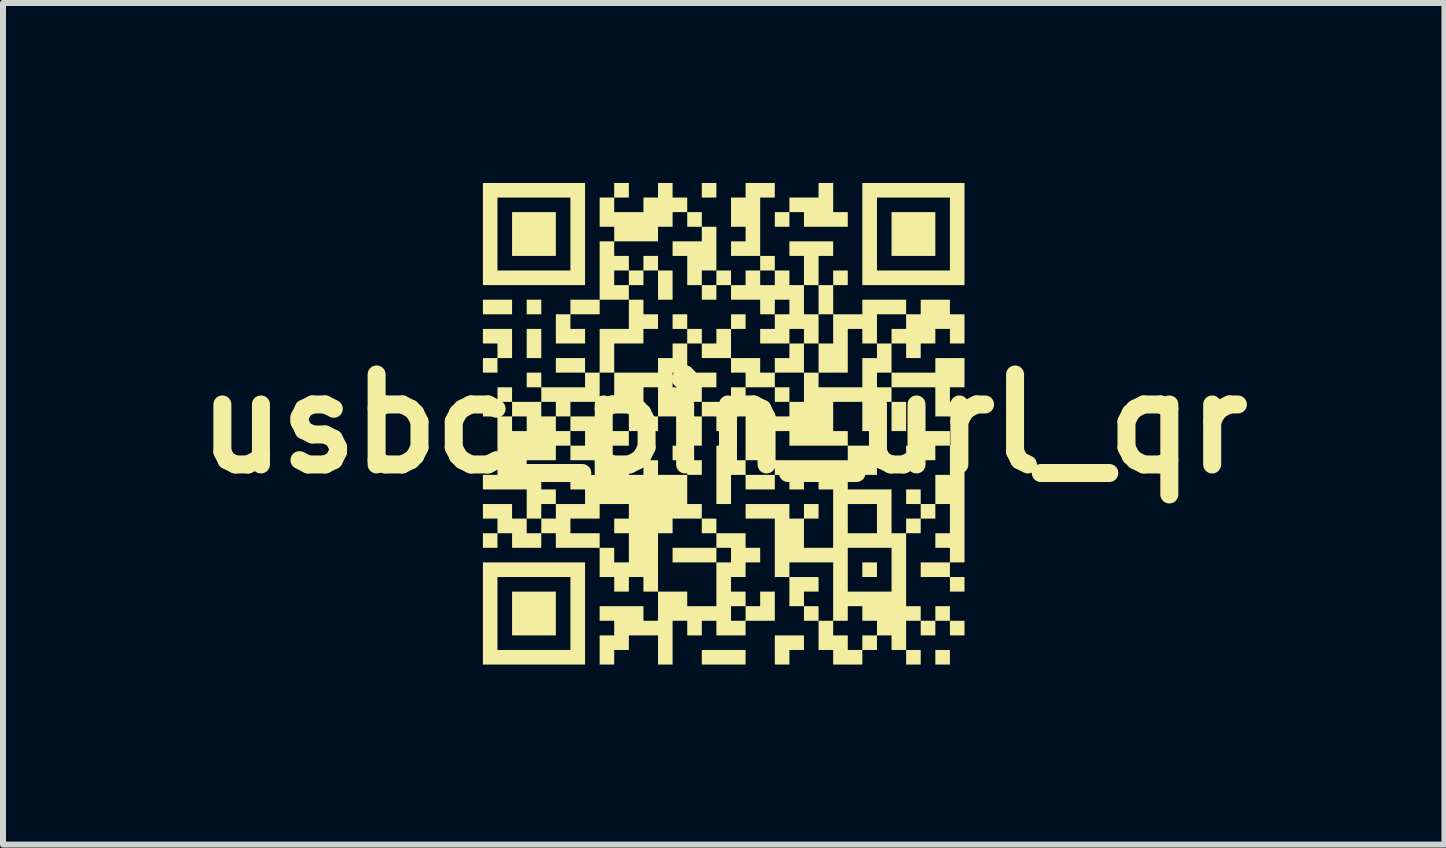
<source format=kicad_pcb>
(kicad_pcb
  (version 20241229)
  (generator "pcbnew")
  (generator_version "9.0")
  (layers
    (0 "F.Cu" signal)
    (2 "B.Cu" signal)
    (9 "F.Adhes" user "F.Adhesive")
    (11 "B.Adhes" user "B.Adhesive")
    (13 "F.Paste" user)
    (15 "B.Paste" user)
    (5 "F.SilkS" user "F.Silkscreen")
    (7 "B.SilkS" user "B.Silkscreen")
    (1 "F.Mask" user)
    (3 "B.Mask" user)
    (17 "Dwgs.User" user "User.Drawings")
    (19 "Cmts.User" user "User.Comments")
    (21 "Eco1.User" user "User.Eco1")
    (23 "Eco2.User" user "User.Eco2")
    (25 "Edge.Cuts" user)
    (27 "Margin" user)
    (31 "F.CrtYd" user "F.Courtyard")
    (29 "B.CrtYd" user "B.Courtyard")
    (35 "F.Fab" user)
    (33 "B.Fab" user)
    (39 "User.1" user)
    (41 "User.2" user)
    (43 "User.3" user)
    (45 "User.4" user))
  (footprint "usbc_pin_url_qr"
    (layer "F.Cu")
    (at 9.014 4.014)
    (property "Reference" "usbc_pin_url_qr" (at 0 0 0) (layer "F.SilkS") (effects (font (size 1.5 1.5) (thickness 0.3))))
    (attr board_only exclude_from_pos_files exclude_from_bom)
    (fp_poly (pts (xy -3.528 -1.946) (xy -3.528 -1.825) (xy -3.771 -1.825) (xy -4.014 -1.825) (xy -4.014 -1.946) (xy -4.014 -2.068) (xy -3.771 -2.068) (xy -3.528 -2.068)) (stroke (width 0) (type solid)) (fill yes) (layer "F.SilkS"))
    (fp_poly (pts (xy -3.041 -1.946) (xy -3.041 -1.825) (xy -3.163 -1.825) (xy -3.284 -1.825) (xy -3.284 -1.946) (xy -3.284 -2.068) (xy -3.163 -2.068) (xy -3.041 -2.068)) (stroke (width 0) (type solid)) (fill yes) (layer "F.SilkS"))
    (fp_poly (pts (xy -3.041 -1.338) (xy -3.041 -1.095) (xy -3.163 -1.095) (xy -3.284 -1.095) (xy -3.284 -1.338) (xy -3.284 -1.581) (xy -3.163 -1.581) (xy -3.041 -1.581)) (stroke (width 0) (type solid)) (fill yes) (layer "F.SilkS"))
    (fp_poly (pts (xy -2.798 -3.163) (xy -2.798 -2.798) (xy -3.163 -2.798) (xy -3.528 -2.798) (xy -3.528 -3.163) (xy -3.528 -3.528) (xy -3.163 -3.528) (xy -2.798 -3.528)) (stroke (width 0) (type solid)) (fill yes) (layer "F.SilkS"))
    (fp_poly (pts (xy -2.798 3.163) (xy -2.798 3.528) (xy -3.163 3.528) (xy -3.528 3.528) (xy -3.528 3.163) (xy -3.528 2.798) (xy -3.163 2.798) (xy -2.798 2.798)) (stroke (width 0) (type solid)) (fill yes) (layer "F.SilkS"))
    (fp_poly (pts (xy -0.852 -2.311) (xy -0.852 -2.068) (xy -0.973 -2.068) (xy -1.095 -2.068) (xy -1.095 -2.311) (xy -1.095 -2.555) (xy -0.973 -2.555) (xy -0.852 -2.555)) (stroke (width 0) (type solid)) (fill yes) (layer "F.SilkS"))
    (fp_poly (pts (xy -0.608 -1.703) (xy -0.608 -1.581) (xy -0.73 -1.581) (xy -0.852 -1.581) (xy -0.852 -1.703) (xy -0.852 -1.825) (xy -0.73 -1.825) (xy -0.608 -1.825)) (stroke (width 0) (type solid)) (fill yes) (layer "F.SilkS"))
    (fp_poly (pts (xy -0.365 -3.406) (xy -0.365 -3.284) (xy -0.487 -3.284) (xy -0.608 -3.284) (xy -0.608 -3.406) (xy -0.608 -3.528) (xy -0.487 -3.528) (xy -0.365 -3.528)) (stroke (width 0) (type solid)) (fill yes) (layer "F.SilkS"))
    (fp_poly (pts (xy -0.122 -3.893) (xy -0.122 -3.771) (xy -0.243 -3.771) (xy -0.365 -3.771) (xy -0.365 -3.893) (xy -0.365 -4.014) (xy -0.243 -4.014) (xy -0.122 -4.014)) (stroke (width 0) (type solid)) (fill yes) (layer "F.SilkS"))
    (fp_poly (pts (xy -0.122 -2.19) (xy -0.122 -2.068) (xy -0.243 -2.068) (xy -0.365 -2.068) (xy -0.365 -2.19) (xy -0.365 -2.311) (xy -0.243 -2.311) (xy -0.122 -2.311)) (stroke (width 0) (type solid)) (fill yes) (layer "F.SilkS"))
    (fp_poly (pts (xy -0.122 1.703) (xy -0.122 1.825) (xy -0.243 1.825) (xy -0.365 1.825) (xy -0.365 1.703) (xy -0.365 1.581) (xy -0.243 1.581) (xy -0.122 1.581)) (stroke (width 0) (type solid)) (fill yes) (layer "F.SilkS"))
    (fp_poly (pts (xy -0.122 2.19) (xy -0.122 2.311) (xy -0.487 2.311) (xy -0.852 2.311) (xy -0.852 2.19) (xy -0.852 2.068) (xy -0.487 2.068) (xy -0.122 2.068)) (stroke (width 0) (type solid)) (fill yes) (layer "F.SilkS"))
    (fp_poly (pts (xy 0.365 3.893) (xy 0.365 4.014) (xy 0 4.014) (xy -0.365 4.014) (xy -0.365 3.893) (xy -0.365 3.771) (xy 0 3.771) (xy 0.365 3.771)) (stroke (width 0) (type solid)) (fill yes) (layer "F.SilkS"))
    (fp_poly (pts (xy 1.095 -0.487) (xy 1.095 -0.365) (xy 0.973 -0.365) (xy 0.852 -0.365) (xy 0.852 -0.487) (xy 0.852 -0.608) (xy 0.973 -0.608) (xy 1.095 -0.608)) (stroke (width 0) (type solid)) (fill yes) (layer "F.SilkS"))
    (fp_poly (pts (xy 1.581 3.163) (xy 1.581 3.284) (xy 1.46 3.284) (xy 1.338 3.284) (xy 1.338 3.163) (xy 1.338 3.041) (xy 1.46 3.041) (xy 1.581 3.041)) (stroke (width 0) (type solid)) (fill yes) (layer "F.SilkS"))
    (fp_poly (pts (xy 2.555 2.433) (xy 2.555 2.555) (xy 2.433 2.555) (xy 2.311 2.555) (xy 2.311 2.433) (xy 2.311 2.311) (xy 2.433 2.311) (xy 2.555 2.311)) (stroke (width 0) (type solid)) (fill yes) (layer "F.SilkS"))
    (fp_poly (pts (xy 3.041 -0.122) (xy 3.041 0.122) (xy 2.92 0.122) (xy 2.798 0.122) (xy 2.798 -0.122) (xy 2.798 -0.365) (xy 2.92 -0.365) (xy 3.041 -0.365)) (stroke (width 0) (type solid)) (fill yes) (layer "F.SilkS"))
    (fp_poly (pts (xy 3.284 3.893) (xy 3.284 4.014) (xy 3.163 4.014) (xy 3.041 4.014) (xy 3.041 3.893) (xy 3.041 3.771) (xy 3.163 3.771) (xy 3.284 3.771)) (stroke (width 0) (type solid)) (fill yes) (layer "F.SilkS"))
    (fp_poly (pts (xy 3.528 -3.163) (xy 3.528 -2.798) (xy 3.163 -2.798) (xy 2.798 -2.798) (xy 2.798 -3.163) (xy 2.798 -3.528) (xy 3.163 -3.528) (xy 3.528 -3.528)) (stroke (width 0) (type solid)) (fill yes) (layer "F.SilkS"))
    (fp_poly (pts (xy 3.771 3.893) (xy 3.771 4.014) (xy 3.649 4.014) (xy 3.528 4.014) (xy 3.528 3.893) (xy 3.528 3.771) (xy 3.649 3.771) (xy 3.771 3.771)) (stroke (width 0) (type solid)) (fill yes) (layer "F.SilkS"))
    (fp_poly (pts (xy 4.014 2.676) (xy 4.014 2.798) (xy 3.893 2.798) (xy 3.771 2.798) (xy 3.771 2.676) (xy 3.771 2.555) (xy 3.893 2.555) (xy 4.014 2.555)) (stroke (width 0) (type solid)) (fill yes) (layer "F.SilkS"))
    (fp_poly (pts (xy 4.014 3.406) (xy 4.014 3.528) (xy 3.893 3.528) (xy 3.771 3.528) (xy 3.771 3.406) (xy 3.771 3.284) (xy 3.893 3.284) (xy 4.014 3.284)) (stroke (width 0) (type solid)) (fill yes) (layer "F.SilkS"))
    (fp_poly (pts (xy 1.338 3.649) (xy 1.338 3.771) (xy 1.216 3.771) (xy 1.095 3.771) (xy 1.095 3.893) (xy 1.095 4.014) (xy 0.973 4.014) (xy 0.852 4.014) (xy 0.852 3.771) (xy 0.852 3.528) (xy 1.095 3.528) (xy 1.338 3.528)) (stroke (width 0) (type solid)) (fill yes) (layer "F.SilkS"))
    (fp_poly (pts (xy 1.581 2.676) (xy 1.581 2.798) (xy 1.46 2.798) (xy 1.338 2.798) (xy 1.338 2.92) (xy 1.338 3.041) (xy 1.216 3.041) (xy 1.095 3.041) (xy 1.095 2.798) (xy 1.095 2.555) (xy 1.338 2.555) (xy 1.581 2.555)) (stroke (width 0) (type solid)) (fill yes) (layer "F.SilkS"))
    (fp_poly (pts (xy -1.095 -2.676) (xy -1.095 -2.555) (xy -1.216 -2.555) (xy -1.338 -2.555) (xy -1.338 -2.433) (xy -1.338 -2.311) (xy -1.46 -2.311) (xy -1.581 -2.311) (xy -1.581 -2.433) (xy -1.581 -2.555) (xy -1.46 -2.555) (xy -1.338 -2.555) (xy -1.338 -2.676) (xy -1.338 -2.798) (xy -1.216 -2.798) (xy -1.095 -2.798)) (stroke (width 0) (type solid)) (fill yes) (layer "F.SilkS"))
    (fp_poly (pts (xy 3.771 0.243) (xy 3.771 0.365) (xy 3.649 0.365) (xy 3.528 0.365) (xy 3.528 0.487) (xy 3.528 0.608) (xy 3.284 0.608) (xy 3.041 0.608) (xy 3.041 0.487) (xy 3.041 0.365) (xy 3.163 0.365) (xy 3.284 0.365) (xy 3.284 0.243) (xy 3.284 0.122) (xy 3.528 0.122) (xy 3.771 0.122)) (stroke (width 0) (type solid)) (fill yes) (layer "F.SilkS"))
    (fp_poly (pts (xy -2.311 -3.163) (xy -2.311 -2.311) (xy -3.163 -2.311) (xy -4.014 -2.311) (xy -4.014 -3.163) (xy -4.014 -3.771) (xy -3.771 -3.771) (xy -3.771 -3.163) (xy -3.771 -2.555) (xy -3.163 -2.555) (xy -2.555 -2.555) (xy -2.555 -3.163) (xy -2.555 -3.771) (xy -3.163 -3.771) (xy -3.771 -3.771) (xy -4.014 -3.771) (xy -4.014 -4.014) (xy -3.163 -4.014) (xy -2.311 -4.014)) (stroke (width 0) (type solid)) (fill yes) (layer "F.SilkS"))
    (fp_poly (pts (xy -2.311 3.163) (xy -2.311 4.014) (xy -3.163 4.014) (xy -4.014 4.014) (xy -4.014 3.163) (xy -4.014 2.555) (xy -3.771 2.555) (xy -3.771 3.163) (xy -3.771 3.771) (xy -3.163 3.771) (xy -2.555 3.771) (xy -2.555 3.163) (xy -2.555 2.555) (xy -3.163 2.555) (xy -3.771 2.555) (xy -4.014 2.555) (xy -4.014 2.311) (xy -3.163 2.311) (xy -2.311 2.311)) (stroke (width 0) (type solid)) (fill yes) (layer "F.SilkS"))
    (fp_poly (pts (xy 4.014 -3.163) (xy 4.014 -2.311) (xy 3.163 -2.311) (xy 2.311 -2.311) (xy 2.311 -3.163) (xy 2.311 -3.771) (xy 2.555 -3.771) (xy 2.555 -3.163) (xy 2.555 -2.555) (xy 3.163 -2.555) (xy 3.771 -2.555) (xy 3.771 -3.163) (xy 3.771 -3.771) (xy 3.163 -3.771) (xy 2.555 -3.771) (xy 2.311 -3.771) (xy 2.311 -4.014) (xy 3.163 -4.014) (xy 4.014 -4.014)) (stroke (width 0) (type solid)) (fill yes) (layer "F.SilkS"))
    (fp_poly (pts (xy -3.528 -1.338) (xy -3.528 -1.095) (xy -3.649 -1.095) (xy -3.771 -1.095) (xy -3.771 -0.973) (xy -3.771 -0.852) (xy -3.893 -0.852) (xy -4.014 -0.852) (xy -4.014 -0.973) (xy -4.014 -1.095) (xy -3.893 -1.095) (xy -3.771 -1.095) (xy -3.771 -1.216) (xy -3.771 -1.338) (xy -3.893 -1.338) (xy -4.014 -1.338) (xy -4.014 -1.46) (xy -4.014 -1.581) (xy -3.771 -1.581) (xy -3.528 -1.581)) (stroke (width 0) (type solid)) (fill yes) (layer "F.SilkS"))
    (fp_poly (pts (xy -0.122 -2.92) (xy -0.122 -2.555) (xy -0.243 -2.555) (xy -0.365 -2.555) (xy -0.365 -2.433) (xy -0.365 -2.311) (xy -0.487 -2.311) (xy -0.608 -2.311) (xy -0.608 -2.555) (xy -0.608 -2.798) (xy -0.73 -2.798) (xy -0.852 -2.798) (xy -0.852 -2.92) (xy -0.852 -3.041) (xy -0.608 -3.041) (xy -0.365 -3.041) (xy -0.365 -3.163) (xy -0.365 -3.284) (xy -0.243 -3.284) (xy -0.122 -3.284)) (stroke (width 0) (type solid)) (fill yes) (layer "F.SilkS"))
    (fp_poly (pts (xy 0.852 -3.893) (xy 0.852 -3.771) (xy 0.73 -3.771) (xy 0.608 -3.771) (xy 0.608 -3.284) (xy 0.608 -2.798) (xy 0.365 -2.798) (xy 0.122 -2.798) (xy 0.122 -2.92) (xy 0.122 -3.041) (xy 0.243 -3.041) (xy 0.365 -3.041) (xy 0.365 -3.163) (xy 0.365 -3.284) (xy 0.243 -3.284) (xy 0.122 -3.284) (xy 0.122 -3.528) (xy 0.122 -3.771) (xy 0.243 -3.771) (xy 0.365 -3.771) (xy 0.365 -3.893) (xy 0.365 -4.014) (xy 0.608 -4.014) (xy 0.852 -4.014)) (stroke (width 0) (type solid)) (fill yes) (layer "F.SilkS"))
    (fp_poly (pts (xy 1.338 -1.095) (xy 1.338 -0.852) (xy 1.095 -0.852) (xy 0.852 -0.852) (xy 0.852 -0.73) (xy 0.852 -0.608) (xy 0.608 -0.608) (xy 0.365 -0.608) (xy 0.365 -0.73) (xy 0.365 -0.852) (xy 0.243 -0.852) (xy 0.122 -0.852) (xy 0.122 -0.973) (xy 0.122 -1.095) (xy 0.365 -1.095) (xy 0.608 -1.095) (xy 0.608 -0.973) (xy 0.608 -0.852) (xy 0.73 -0.852) (xy 0.852 -0.852) (xy 0.852 -0.973) (xy 0.852 -1.095) (xy 0.973 -1.095) (xy 1.095 -1.095) (xy 1.095 -1.216) (xy 1.095 -1.338) (xy 1.216 -1.338) (xy 1.338 -1.338)) (stroke (width 0) (type solid)) (fill yes) (layer "F.SilkS"))
    (fp_poly (pts (xy 1.825 -3.771) (xy 1.825 -3.528) (xy 1.946 -3.528) (xy 2.068 -3.528) (xy 2.068 -3.406) (xy 2.068 -3.284) (xy 1.703 -3.284) (xy 1.338 -3.284) (xy 1.338 -3.406) (xy 1.338 -3.528) (xy 1.216 -3.528) (xy 1.095 -3.528) (xy 1.095 -3.406) (xy 1.095 -3.284) (xy 0.973 -3.284) (xy 0.852 -3.284) (xy 0.852 -3.406) (xy 0.852 -3.528) (xy 0.973 -3.528) (xy 1.095 -3.528) (xy 1.095 -3.649) (xy 1.095 -3.771) (xy 1.338 -3.771) (xy 1.581 -3.771) (xy 1.581 -3.893) (xy 1.581 -4.014) (xy 1.703 -4.014) (xy 1.825 -4.014)) (stroke (width 0) (type solid)) (fill yes) (layer "F.SilkS"))
    (fp_poly (pts (xy -1.581 -3.893) (xy -1.581 -3.771) (xy -1.703 -3.771) (xy -1.825 -3.771) (xy -1.825 -3.649) (xy -1.825 -3.528) (xy -1.581 -3.528) (xy -1.338 -3.528) (xy -1.338 -3.649) (xy -1.338 -3.771) (xy -1.216 -3.771) (xy -1.095 -3.771) (xy -1.095 -3.893) (xy -1.095 -4.014) (xy -0.973 -4.014) (xy -0.852 -4.014) (xy -0.852 -3.893) (xy -0.852 -3.771) (xy -0.73 -3.771) (xy -0.608 -3.771) (xy -0.608 -3.649) (xy -0.608 -3.528) (xy -0.73 -3.528) (xy -0.852 -3.528) (xy -0.852 -3.406) (xy -0.852 -3.284) (xy -0.973 -3.284) (xy -1.095 -3.284) (xy -1.095 -3.163) (xy -1.095 -3.041) (xy -1.46 -3.041) (xy -1.825 -3.041) (xy -1.825 -2.92) (xy -1.825 -2.798) (xy -1.703 -2.798) (xy -1.581 -2.798) (xy -1.581 -2.676) (xy -1.581 -2.555) (xy -1.703 -2.555) (xy -1.825 -2.555) (xy -1.825 -2.433) (xy -1.825 -2.311) (xy -1.703 -2.311) (xy -1.581 -2.311) (xy -1.581 -2.19) (xy -1.581 -2.068) (xy -1.825 -2.068) (xy -2.068 -2.068) (xy -2.068 -1.946) (xy -2.068 -1.825) (xy -2.311 -1.825) (xy -2.555 -1.825) (xy -2.555 -1.703) (xy -2.555 -1.581) (xy -2.433 -1.581) (xy -2.311 -1.581) (xy -2.311 -1.46) (xy -2.311 -1.338) (xy -2.555 -1.338) (xy -2.798 -1.338) (xy -2.798 -1.581) (xy -2.798 -1.825) (xy -2.676 -1.825) (xy -2.555 -1.825) (xy -2.555 -1.946) (xy -2.555 -2.068) (xy -2.311 -2.068) (xy -2.068 -2.068) (xy -2.068 -2.555) (xy -2.068 -3.041) (xy -1.946 -3.041) (xy -1.825 -3.041) (xy -1.825 -3.163) (xy -1.825 -3.284) (xy -1.946 -3.284) (xy -2.068 -3.284) (xy -2.068 -3.528) (xy -2.068 -3.771) (xy -1.946 -3.771) (xy -1.825 -3.771) (xy -1.825 -3.893) (xy -1.825 -4.014) (xy -1.703 -4.014) (xy -1.581 -4.014)) (stroke (width 0) (type solid)) (fill yes) (layer "F.SilkS"))
    (fp_poly (pts (xy 0.365 -1.703) (xy 0.365 -1.581) (xy 0.243 -1.581) (xy 0.122 -1.581) (xy 0.122 -1.338) (xy 0.122 -1.095) (xy -0.122 -1.095) (xy -0.365 -1.095) (xy -0.365 -1.216) (xy -0.365 -1.338) (xy -0.487 -1.338) (xy -0.608 -1.338) (xy -0.608 -1.095) (xy -0.608 -0.852) (xy -0.73 -0.852) (xy -0.852 -0.852) (xy -0.852 -0.73) (xy -0.852 -0.608) (xy -0.73 -0.608) (xy -0.608 -0.608) (xy -0.608 -0.73) (xy -0.608 -0.852) (xy -0.365 -0.852) (xy -0.122 -0.852) (xy -0.122 -0.73) (xy -0.122 -0.608) (xy -0.243 -0.608) (xy -0.365 -0.608) (xy -0.365 -0.487) (xy -0.365 -0.365) (xy -0.487 -0.365) (xy -0.608 -0.365) (xy -0.608 -0.243) (xy -0.608 -0.122) (xy -0.852 -0.122) (xy -1.095 -0.122) (xy -1.095 0) (xy -1.095 0.122) (xy -1.338 0.122) (xy -1.581 0.122) (xy -1.581 0.243) (xy -1.581 0.365) (xy -1.825 0.365) (xy -2.068 0.365) (xy -2.068 0.487) (xy -2.068 0.608) (xy -2.311 0.608) (xy -2.555 0.608) (xy -2.555 0.487) (xy -2.555 0.365) (xy -2.433 0.365) (xy -2.311 0.365) (xy -2.311 0.243) (xy -2.311 0.122) (xy -2.433 0.122) (xy -2.555 0.122) (xy -2.555 0) (xy -2.555 -0.122) (xy -2.311 -0.122) (xy -2.068 -0.122) (xy -2.068 0) (xy -2.068 0.122) (xy -1.825 0.122) (xy -1.581 0.122) (xy -1.581 -0.122) (xy -1.581 -0.365) (xy -1.703 -0.365) (xy -1.825 -0.365) (xy -1.825 -0.608) (xy -1.338 -0.608) (xy -1.338 -0.365) (xy -1.338 -0.122) (xy -1.216 -0.122) (xy -1.095 -0.122) (xy -1.095 -0.365) (xy -1.095 -0.608) (xy -1.216 -0.608) (xy -1.338 -0.608) (xy -1.825 -0.608) (xy -1.825 -0.852) (xy -1.46 -0.852) (xy -1.095 -0.852) (xy -1.095 -0.973) (xy -1.095 -1.095) (xy -0.973 -1.095) (xy -0.852 -1.095) (xy -0.852 -1.216) (xy -0.852 -1.338) (xy -0.73 -1.338) (xy -0.608 -1.338) (xy -0.608 -1.46) (xy -0.608 -1.581) (xy -0.487 -1.581) (xy -0.365 -1.581) (xy -0.365 -1.46) (xy -0.365 -1.338) (xy -0.243 -1.338) (xy -0.122 -1.338) (xy -0.122 -1.46) (xy -0.122 -1.581) (xy 0 -1.581) (xy 0.122 -1.581) (xy 0.122 -1.703) (xy 0.122 -1.825) (xy 0.243 -1.825) (xy 0.365 -1.825)) (stroke (width 0) (type solid)) (fill yes) (layer "F.SilkS"))
    (fp_poly (pts (xy 0.365 1.946) (xy 0.365 2.068) (xy 0.487 2.068) (xy 0.608 2.068) (xy 0.608 2.19) (xy 0.608 2.311) (xy 0.487 2.311) (xy 0.365 2.311) (xy 0.365 2.433) (xy 0.365 2.555) (xy 0.243 2.555) (xy 0.122 2.555) (xy 0.122 2.676) (xy 0.122 2.798) (xy 0.243 2.798) (xy 0.365 2.798) (xy 0.365 2.92) (xy 0.365 3.041) (xy 0.487 3.041) (xy 0.608 3.041) (xy 0.608 2.92) (xy 0.608 2.798) (xy 0.73 2.798) (xy 0.852 2.798) (xy 0.852 3.041) (xy 0.852 3.284) (xy 0.608 3.284) (xy 0.365 3.284) (xy 0.365 3.406) (xy 0.365 3.528) (xy 0.122 3.528) (xy -0.122 3.528) (xy -0.122 3.406) (xy -0.122 3.284) (xy -0.243 3.284) (xy -0.365 3.284) (xy -0.365 3.406) (xy -0.365 3.528) (xy -0.487 3.528) (xy -0.608 3.528) (xy -0.608 3.406) (xy -0.608 3.284) (xy -0.73 3.284) (xy -0.852 3.284) (xy -0.852 3.649) (xy -0.852 4.014) (xy -0.973 4.014) (xy -1.095 4.014) (xy -1.095 3.771) (xy -1.095 3.528) (xy -1.338 3.528) (xy -1.581 3.528) (xy -1.581 3.649) (xy -1.581 3.771) (xy -1.703 3.771) (xy -1.825 3.771) (xy -1.825 3.893) (xy -1.825 4.014) (xy -1.946 4.014) (xy -2.068 4.014) (xy -2.068 3.771) (xy -2.068 3.528) (xy -1.946 3.528) (xy -1.825 3.528) (xy -1.825 3.406) (xy -1.825 3.284) (xy -1.946 3.284) (xy -2.068 3.284) (xy -2.068 3.163) (xy -2.068 3.041) (xy -1.703 3.041) (xy -1.338 3.041) (xy -1.338 3.163) (xy -1.338 3.284) (xy -1.216 3.284) (xy -1.095 3.284) (xy -1.095 3.041) (xy -1.095 2.798) (xy -0.852 2.798) (xy -0.608 2.798) (xy -0.608 2.92) (xy -0.608 3.041) (xy -0.365 3.041) (xy -0.122 3.041) (xy 0.122 3.041) (xy 0.122 3.163) (xy 0.122 3.284) (xy 0.243 3.284) (xy 0.365 3.284) (xy 0.365 3.163) (xy 0.365 3.041) (xy 0.243 3.041) (xy 0.122 3.041) (xy -0.122 3.041) (xy -0.122 2.676) (xy -0.122 2.311) (xy 0 2.311) (xy 0.122 2.311) (xy 0.122 2.19) (xy 0.122 2.068) (xy 0 2.068) (xy -0.122 2.068) (xy -0.122 1.946) (xy -0.122 1.825) (xy 0.122 1.825) (xy 0.365 1.825)) (stroke (width 0) (type solid)) (fill yes) (layer "F.SilkS"))
    (fp_poly (pts (xy -1.338 -1.946) (xy -1.338 -1.825) (xy -1.216 -1.825) (xy -1.095 -1.825) (xy -1.095 -1.703) (xy -1.095 -1.581) (xy -1.216 -1.581) (xy -1.338 -1.581) (xy -1.338 -1.46) (xy -1.338 -1.338) (xy -1.581 -1.338) (xy -1.825 -1.338) (xy -1.825 -1.095) (xy -1.825 -0.852) (xy -1.946 -0.852) (xy -2.068 -0.852) (xy -2.068 -0.608) (xy -2.068 -0.365) (xy -2.311 -0.365) (xy -2.555 -0.365) (xy -2.555 -0.243) (xy -2.555 -0.122) (xy -2.676 -0.122) (xy -2.798 -0.122) (xy -2.798 -0.243) (xy -2.798 -0.365) (xy -2.92 -0.365) (xy -3.041 -0.365) (xy -3.041 -0.243) (xy -3.041 -0.122) (xy -2.92 -0.122) (xy -2.798 -0.122) (xy -2.798 0) (xy -2.798 0.122) (xy -2.676 0.122) (xy -2.555 0.122) (xy -2.555 0.243) (xy -2.555 0.365) (xy -2.676 0.365) (xy -2.798 0.365) (xy -2.798 0.487) (xy -2.798 0.608) (xy -3.041 0.608) (xy -3.284 0.608) (xy -3.284 0.73) (xy -3.284 0.852) (xy -3.163 0.852) (xy -3.041 0.852) (xy -3.041 0.973) (xy -3.041 1.095) (xy -2.92 1.095) (xy -2.798 1.095) (xy -2.798 1.216) (xy -2.798 1.338) (xy -2.92 1.338) (xy -3.041 1.338) (xy -3.041 1.46) (xy -3.041 1.581) (xy -3.163 1.581) (xy -3.284 1.581) (xy -3.284 1.703) (xy -3.284 1.825) (xy -3.163 1.825) (xy -3.041 1.825) (xy -3.041 1.703) (xy -3.041 1.581) (xy -2.92 1.581) (xy -2.798 1.581) (xy -2.798 1.46) (xy -2.798 1.338) (xy -2.555 1.338) (xy -2.311 1.338) (xy -2.311 1.216) (xy -2.311 1.095) (xy -2.433 1.095) (xy -2.555 1.095) (xy -2.555 0.973) (xy -2.555 0.852) (xy -2.311 0.852) (xy -2.068 0.852) (xy -2.068 0.73) (xy -2.068 0.608) (xy -1.825 0.608) (xy -1.581 0.608) (xy -1.581 0.73) (xy -1.581 0.852) (xy -1.46 0.852) (xy -1.338 0.852) (xy -1.338 0.73) (xy -1.338 0.608) (xy -1.216 0.608) (xy -1.095 0.608) (xy -1.095 0.73) (xy -1.095 0.852) (xy -0.852 0.852) (xy -0.608 0.852) (xy -0.608 0.73) (xy -0.608 0.608) (xy -0.487 0.608) (xy -0.365 0.608) (xy -0.365 0.73) (xy -0.365 0.852) (xy -0.487 0.852) (xy -0.608 0.852) (xy -0.608 1.095) (xy -0.608 1.338) (xy -0.487 1.338) (xy -0.365 1.338) (xy -0.365 1.46) (xy -0.365 1.581) (xy -0.608 1.581) (xy -0.852 1.581) (xy -0.852 1.703) (xy -0.852 1.825) (xy -0.973 1.825) (xy -1.095 1.825) (xy -1.095 2.311) (xy -1.095 2.798) (xy -1.216 2.798) (xy -1.338 2.798) (xy -1.338 2.676) (xy -1.338 2.555) (xy -1.46 2.555) (xy -1.581 2.555) (xy -1.581 2.676) (xy -1.581 2.798) (xy -1.703 2.798) (xy -1.825 2.798) (xy -1.825 2.676) (xy -1.825 2.555) (xy -1.946 2.555) (xy -2.068 2.555) (xy -2.068 2.311) (xy -2.068 2.068) (xy -1.946 2.068) (xy -1.825 2.068) (xy -1.825 2.19) (xy -1.825 2.311) (xy -1.703 2.311) (xy -1.581 2.311) (xy -1.581 2.068) (xy -1.581 1.825) (xy -1.703 1.825) (xy -1.825 1.825) (xy -1.825 1.703) (xy -1.825 1.581) (xy -1.703 1.581) (xy -1.581 1.581) (xy -1.581 1.46) (xy -1.581 1.338) (xy -1.825 1.338) (xy -2.068 1.338) (xy -2.068 1.46) (xy -2.068 1.581) (xy -2.311 1.581) (xy -2.555 1.581) (xy -2.555 1.703) (xy -2.555 1.825) (xy -2.311 1.825) (xy -2.068 1.825) (xy -2.068 1.946) (xy -2.068 2.068) (xy -2.433 2.068) (xy -2.798 2.068) (xy -2.798 1.946) (xy -2.798 1.825) (xy -2.92 1.825) (xy -3.041 1.825) (xy -3.041 1.946) (xy -3.041 2.068) (xy -3.284 2.068) (xy -3.528 2.068) (xy -3.528 1.946) (xy -3.528 1.825) (xy -3.649 1.825) (xy -3.771 1.825) (xy -3.771 1.946) (xy -3.771 2.068) (xy -3.893 2.068) (xy -4.014 2.068) (xy -4.014 1.946) (xy -4.014 1.825) (xy -3.893 1.825) (xy -3.771 1.825) (xy -3.771 1.703) (xy -3.771 1.581) (xy -3.893 1.581) (xy -4.014 1.581) (xy -4.014 1.46) (xy -4.014 1.338) (xy -3.771 1.338) (xy -3.528 1.338) (xy -3.528 1.46) (xy -3.528 1.581) (xy -3.406 1.581) (xy -3.284 1.581) (xy -3.284 1.338) (xy -3.284 1.095) (xy -3.649 1.095) (xy -4.014 1.095) (xy -4.014 0.973) (xy -4.014 0.852) (xy -3.893 0.852) (xy -3.771 0.852) (xy -3.771 0.365) (xy -3.771 -0.122) (xy -3.893 -0.122) (xy -4.014 -0.122) (xy -4.014 -0.243) (xy -4.014 -0.365) (xy -3.893 -0.365) (xy -3.771 -0.365) (xy -3.771 -0.243) (xy -3.771 -0.122) (xy -3.649 -0.122) (xy -3.528 -0.122) (xy -3.528 0) (xy -3.528 0.122) (xy -3.406 0.122) (xy -3.284 0.122) (xy -3.284 0) (xy -3.284 -0.122) (xy -3.406 -0.122) (xy -3.528 -0.122) (xy -3.528 -0.243) (xy -3.528 -0.365) (xy -3.649 -0.365) (xy -3.771 -0.365) (xy -3.771 -0.487) (xy -3.771 -0.608) (xy -3.649 -0.608) (xy -3.528 -0.608) (xy -3.528 -0.487) (xy -3.528 -0.365) (xy -3.284 -0.365) (xy -3.041 -0.365) (xy -3.041 -0.487) (xy -3.041 -0.608) (xy -3.163 -0.608) (xy -3.284 -0.608) (xy -3.284 -0.73) (xy -3.284 -0.852) (xy -3.163 -0.852) (xy -3.041 -0.852) (xy -3.041 -0.73) (xy -3.041 -0.608) (xy -2.676 -0.608) (xy -2.311 -0.608) (xy -2.311 -0.73) (xy -2.311 -0.852) (xy -2.555 -0.852) (xy -2.798 -0.852) (xy -2.798 -0.973) (xy -2.798 -1.095) (xy -2.555 -1.095) (xy -2.311 -1.095) (xy -2.311 -0.973) (xy -2.311 -0.852) (xy -2.19 -0.852) (xy -2.068 -0.852) (xy -2.068 -1.216) (xy -2.068 -1.581) (xy -1.825 -1.581) (xy -1.581 -1.581) (xy -1.581 -1.825) (xy -1.581 -2.068) (xy -1.46 -2.068) (xy -1.338 -2.068)) (stroke (width 0) (type solid)) (fill yes) (layer "F.SilkS"))
    (fp_poly (pts (xy 1.825 -2.92) (xy 1.825 -2.798) (xy 1.703 -2.798) (xy 1.581 -2.798) (xy 1.581 -2.555) (xy 1.581 -2.311) (xy 1.703 -2.311) (xy 1.825 -2.311) (xy 1.825 -2.433) (xy 1.825 -2.555) (xy 1.946 -2.555) (xy 2.068 -2.555) (xy 2.068 -2.433) (xy 2.068 -2.311) (xy 1.946 -2.311) (xy 1.825 -2.311) (xy 1.825 -2.068) (xy 1.825 -1.825) (xy 2.068 -1.825) (xy 2.311 -1.825) (xy 2.311 -1.946) (xy 2.311 -2.068) (xy 2.676 -2.068) (xy 3.041 -2.068) (xy 3.041 -1.946) (xy 3.041 -1.825) (xy 3.163 -1.825) (xy 3.284 -1.825) (xy 3.284 -1.946) (xy 3.284 -2.068) (xy 3.528 -2.068) (xy 3.771 -2.068) (xy 3.771 -1.946) (xy 3.771 -1.825) (xy 3.893 -1.825) (xy 4.014 -1.825) (xy 4.014 -1.581) (xy 4.014 -1.338) (xy 3.893 -1.338) (xy 3.771 -1.338) (xy 3.771 -1.46) (xy 3.771 -1.581) (xy 3.649 -1.581) (xy 3.528 -1.581) (xy 3.528 -1.46) (xy 3.528 -1.338) (xy 3.406 -1.338) (xy 3.284 -1.338) (xy 3.284 -1.216) (xy 3.284 -1.095) (xy 3.163 -1.095) (xy 3.041 -1.095) (xy 3.041 -1.216) (xy 3.041 -1.338) (xy 2.92 -1.338) (xy 2.798 -1.338) (xy 2.798 -1.095) (xy 2.798 -0.852) (xy 3.163 -0.852) (xy 3.528 -0.852) (xy 3.528 -0.973) (xy 3.528 -1.095) (xy 3.771 -1.095) (xy 4.014 -1.095) (xy 4.014 -0.852) (xy 4.014 -0.608) (xy 3.893 -0.608) (xy 3.771 -0.608) (xy 3.771 -0.487) (xy 3.771 -0.365) (xy 3.893 -0.365) (xy 4.014 -0.365) (xy 4.014 -0.243) (xy 4.014 -0.122) (xy 3.771 -0.122) (xy 3.528 -0.122) (xy 3.528 -0.365) (xy 3.528 -0.608) (xy 3.163 -0.608) (xy 2.798 -0.608) (xy 2.798 -0.487) (xy 2.798 -0.365) (xy 2.676 -0.365) (xy 2.555 -0.365) (xy 2.555 -0.122) (xy 2.555 0.122) (xy 2.433 0.122) (xy 2.311 0.122) (xy 2.311 -0.122) (xy 2.311 -0.365) (xy 2.068 -0.365) (xy 1.825 -0.365) (xy 1.825 -0.122) (xy 1.825 0.122) (xy 1.946 0.122) (xy 2.068 0.122) (xy 2.068 0.243) (xy 2.068 0.365) (xy 1.581 0.365) (xy 1.095 0.365) (xy 1.095 0.243) (xy 1.095 0.122) (xy 0.973 0.122) (xy 0.852 0.122) (xy 0.852 0.243) (xy 0.852 0.365) (xy 0.73 0.365) (xy 0.608 0.365) (xy 0.608 0.487) (xy 0.608 0.608) (xy 0.487 0.608) (xy 0.365 0.608) (xy 0.365 0.73) (xy 0.365 0.852) (xy 0.608 0.852) (xy 0.852 0.852) (xy 0.852 0.73) (xy 0.852 0.608) (xy 1.46 0.608) (xy 2.068 0.608) (xy 2.068 0.487) (xy 2.068 0.365) (xy 2.311 0.365) (xy 2.555 0.365) (xy 2.555 0.608) (xy 2.555 0.852) (xy 2.311 0.852) (xy 2.068 0.852) (xy 2.068 0.973) (xy 2.068 1.095) (xy 2.433 1.095) (xy 2.798 1.095) (xy 2.798 1.46) (xy 2.798 1.825) (xy 2.92 1.825) (xy 3.041 1.825) (xy 3.041 1.703) (xy 3.041 1.581) (xy 3.163 1.581) (xy 3.284 1.581) (xy 3.284 1.46) (xy 3.284 1.338) (xy 3.163 1.338) (xy 3.041 1.338) (xy 3.041 1.216) (xy 3.041 1.095) (xy 3.163 1.095) (xy 3.284 1.095) (xy 3.284 1.216) (xy 3.284 1.338) (xy 3.406 1.338) (xy 3.528 1.338) (xy 3.528 1.095) (xy 3.528 0.852) (xy 3.649 0.852) (xy 3.771 0.852) (xy 3.771 0.608) (xy 3.771 0.365) (xy 3.893 0.365) (xy 4.014 0.365) (xy 4.014 1.338) (xy 4.014 2.311) (xy 3.893 2.311) (xy 3.771 2.311) (xy 3.771 2.433) (xy 3.771 2.555) (xy 3.528 2.555) (xy 3.284 2.555) (xy 3.284 2.433) (xy 3.284 2.311) (xy 3.528 2.311) (xy 3.771 2.311) (xy 3.771 2.19) (xy 3.771 2.068) (xy 3.649 2.068) (xy 3.528 2.068) (xy 3.528 1.946) (xy 3.528 1.825) (xy 3.649 1.825) (xy 3.771 1.825) (xy 3.771 1.581) (xy 3.771 1.338) (xy 3.649 1.338) (xy 3.528 1.338) (xy 3.528 1.46) (xy 3.528 1.581) (xy 3.406 1.581) (xy 3.284 1.581) (xy 3.284 1.703) (xy 3.284 1.825) (xy 3.163 1.825) (xy 3.041 1.825) (xy 3.041 2.433) (xy 3.041 3.041) (xy 3.163 3.041) (xy 3.284 3.041) (xy 3.284 3.163) (xy 3.284 3.284) (xy 3.406 3.284) (xy 3.528 3.284) (xy 3.528 3.163) (xy 3.528 3.041) (xy 3.649 3.041) (xy 3.771 3.041) (xy 3.771 3.163) (xy 3.771 3.284) (xy 3.649 3.284) (xy 3.528 3.284) (xy 3.528 3.406) (xy 3.528 3.528) (xy 3.406 3.528) (xy 3.284 3.528) (xy 3.284 3.406) (xy 3.284 3.284) (xy 3.163 3.284) (xy 3.041 3.284) (xy 3.041 3.528) (xy 3.041 3.771) (xy 2.92 3.771) (xy 2.798 3.771) (xy 2.798 3.649) (xy 2.798 3.528) (xy 2.676 3.528) (xy 2.555 3.528) (xy 2.555 3.649) (xy 2.555 3.771) (xy 2.433 3.771) (xy 2.311 3.771) (xy 2.311 3.893) (xy 2.311 4.014) (xy 2.068 4.014) (xy 1.825 4.014) (xy 1.825 3.893) (xy 1.825 3.771) (xy 1.703 3.771) (xy 1.581 3.771) (xy 1.581 3.528) (xy 1.581 3.284) (xy 1.703 3.284) (xy 1.825 3.284) (xy 1.825 3.406) (xy 1.825 3.528) (xy 1.946 3.528) (xy 2.068 3.528) (xy 2.068 3.649) (xy 2.068 3.771) (xy 2.19 3.771) (xy 2.311 3.771) (xy 2.311 3.649) (xy 2.311 3.528) (xy 2.433 3.528) (xy 2.555 3.528) (xy 2.555 3.406) (xy 2.555 3.284) (xy 2.433 3.284) (xy 2.311 3.284) (xy 2.311 3.163) (xy 2.311 3.041) (xy 2.19 3.041) (xy 2.068 3.041) (xy 2.068 3.163) (xy 2.068 3.284) (xy 1.946 3.284) (xy 1.825 3.284) (xy 1.825 2.798) (xy 1.825 2.311) (xy 1.46 2.311) (xy 1.095 2.311) (xy 1.095 2.433) (xy 1.095 2.555) (xy 0.973 2.555) (xy 0.852 2.555) (xy 0.852 2.068) (xy 0.852 1.581) (xy 0.608 1.581) (xy 0.365 1.581) (xy 0.365 1.46) (xy 0.365 1.338) (xy 0.73 1.338) (xy 1.095 1.338) (xy 1.095 1.46) (xy 1.095 1.581) (xy 1.216 1.581) (xy 1.338 1.581) (xy 1.338 1.46) (xy 1.338 1.338) (xy 1.46 1.338) (xy 1.581 1.338) (xy 1.581 1.46) (xy 1.581 1.581) (xy 1.46 1.581) (xy 1.338 1.581) (xy 1.338 1.825) (xy 1.338 2.068) (xy 1.581 2.068) (xy 1.825 2.068) (xy 2.068 2.068) (xy 2.068 2.433) (xy 2.068 2.798) (xy 2.433 2.798) (xy 2.798 2.798) (xy 2.798 2.433) (xy 2.798 2.068) (xy 2.433 2.068) (xy 2.068 2.068) (xy 1.825 2.068) (xy 1.825 1.581) (xy 1.825 1.338) (xy 2.068 1.338) (xy 2.068 1.581) (xy 2.068 1.825) (xy 2.311 1.825) (xy 2.555 1.825) (xy 2.555 1.581) (xy 2.555 1.338) (xy 2.311 1.338) (xy 2.068 1.338) (xy 1.825 1.338) (xy 1.825 1.095) (xy 1.703 1.095) (xy 1.581 1.095) (xy 1.581 0.973) (xy 1.581 0.852) (xy 1.46 0.852) (xy 1.338 0.852) (xy 1.338 0.973) (xy 1.338 1.095) (xy 1.216 1.095) (xy 1.095 1.095) (xy 1.095 0.973) (xy 1.095 0.852) (xy 0.973 0.852) (xy 0.852 0.852) (xy 0.852 0.973) (xy 0.852 1.095) (xy 0.608 1.095) (xy 0.365 1.095) (xy 0.365 0.973) (xy 0.365 0.852) (xy 0.243 0.852) (xy 0.122 0.852) (xy 0.122 1.095) (xy 0.122 1.338) (xy 0 1.338) (xy -0.122 1.338) (xy -0.122 0.852) (xy -0.122 0.365) (xy 0 0.365) (xy 0.122 0.365) (xy 0.122 0.487) (xy 0.122 0.608) (xy 0.243 0.608) (xy 0.365 0.608) (xy 0.365 0.243) (xy 0.365 -0.122) (xy 0.243 -0.122) (xy 0.122 -0.122) (xy 0.122 0) (xy 0.122 0.122) (xy 0 0.122) (xy -0.122 0.122) (xy -0.122 0) (xy -0.122 -0.122) (xy -0.243 -0.122) (xy -0.365 -0.122) (xy -0.365 0.122) (xy -0.365 0.365) (xy -0.487 0.365) (xy -0.608 0.365) (xy -0.608 0.487) (xy -0.608 0.608) (xy -0.73 0.608) (xy -0.852 0.608) (xy -0.852 0.487) (xy -0.852 0.365) (xy -0.73 0.365) (xy -0.608 0.365) (xy -0.608 0.122) (xy -0.608 -0.122) (xy -0.487 -0.122) (xy -0.365 -0.122) (xy -0.365 -0.243) (xy -0.365 -0.365) (xy -0.122 -0.365) (xy 0.122 -0.365) (xy 0.122 -0.487) (xy 0.122 -0.608) (xy 0.243 -0.608) (xy 0.365 -0.608) (xy 0.365 -0.487) (xy 0.365 -0.365) (xy 0.487 -0.365) (xy 0.608 -0.365) (xy 0.608 -0.243) (xy 0.608 -0.122) (xy 0.852 -0.122) (xy 1.095 -0.122) (xy 1.095 -0.243) (xy 1.095 -0.365) (xy 1.216 -0.365) (xy 1.338 -0.365) (xy 1.338 -0.608) (xy 1.338 -0.852) (xy 1.46 -0.852) (xy 1.581 -0.852) (xy 1.581 -0.73) (xy 1.581 -0.608) (xy 1.946 -0.608) (xy 2.311 -0.608) (xy 2.311 -0.852) (xy 2.555 -0.852) (xy 2.555 -0.73) (xy 2.555 -0.608) (xy 2.676 -0.608) (xy 2.798 -0.608) (xy 2.798 -0.73) (xy 2.798 -0.852) (xy 2.676 -0.852) (xy 2.555 -0.852) (xy 2.311 -0.852) (xy 2.311 -1.095) (xy 2.433 -1.095) (xy 2.555 -1.095) (xy 2.555 -1.216) (xy 2.555 -1.338) (xy 2.676 -1.338) (xy 2.798 -1.338) (xy 2.798 -1.46) (xy 2.798 -1.581) (xy 2.92 -1.581) (xy 3.041 -1.581) (xy 3.041 -1.703) (xy 3.041 -1.825) (xy 2.798 -1.825) (xy 2.555 -1.825) (xy 2.555 -1.581) (xy 2.555 -1.338) (xy 2.433 -1.338) (xy 2.311 -1.338) (xy 2.311 -1.46) (xy 2.311 -1.581) (xy 2.19 -1.581) (xy 2.068 -1.581) (xy 2.068 -1.216) (xy 2.068 -0.852) (xy 1.825 -0.852) (xy 1.581 -0.852) (xy 1.581 -1.095) (xy 1.581 -1.338) (xy 1.703 -1.338) (xy 1.825 -1.338) (xy 1.825 -1.581) (xy 1.825 -1.825) (xy 1.703 -1.825) (xy 1.581 -1.825) (xy 1.581 -1.581) (xy 1.581 -1.338) (xy 1.46 -1.338) (xy 1.338 -1.338) (xy 1.338 -1.46) (xy 1.338 -1.581) (xy 1.216 -1.581) (xy 1.095 -1.581) (xy 1.095 -1.46) (xy 1.095 -1.338) (xy 0.852 -1.338) (xy 0.608 -1.338) (xy 0.608 -1.46) (xy 0.608 -1.581) (xy 0.73 -1.581) (xy 0.852 -1.581) (xy 0.852 -1.703) (xy 0.852 -1.825) (xy 0.973 -1.825) (xy 1.095 -1.825) (xy 1.095 -1.946) (xy 1.095 -2.068) (xy 0.973 -2.068) (xy 0.852 -2.068) (xy 0.852 -1.946) (xy 0.852 -1.825) (xy 0.73 -1.825) (xy 0.608 -1.825) (xy 0.608 -1.946) (xy 0.608 -2.068) (xy 0.365 -2.068) (xy 0.122 -2.068) (xy 0.122 -2.19) (xy 0.122 -2.311) (xy 0 -2.311) (xy -0.122 -2.311) (xy -0.122 -2.433) (xy -0.122 -2.555) (xy 0 -2.555) (xy 0.122 -2.555) (xy 0.122 -2.433) (xy 0.122 -2.311) (xy 0.243 -2.311) (xy 0.365 -2.311) (xy 0.365 -2.433) (xy 0.365 -2.555) (xy 0.487 -2.555) (xy 0.608 -2.555) (xy 0.608 -2.676) (xy 0.608 -2.798) (xy 0.73 -2.798) (xy 0.852 -2.798) (xy 0.852 -2.676) (xy 0.852 -2.555) (xy 0.73 -2.555) (xy 0.608 -2.555) (xy 0.608 -2.433) (xy 0.608 -2.311) (xy 0.73 -2.311) (xy 0.852 -2.311) (xy 0.852 -2.433) (xy 0.852 -2.555) (xy 0.973 -2.555) (xy 1.095 -2.555) (xy 1.095 -2.433) (xy 1.095 -2.311) (xy 1.216 -2.311) (xy 1.338 -2.311) (xy 1.338 -2.068) (xy 1.338 -1.825) (xy 1.46 -1.825) (xy 1.581 -1.825) (xy 1.581 -2.068) (xy 1.581 -2.311) (xy 1.46 -2.311) (xy 1.338 -2.311) (xy 1.338 -2.555) (xy 1.338 -2.798) (xy 1.216 -2.798) (xy 1.095 -2.798) (xy 1.095 -2.92) (xy 1.095 -3.041) (xy 1.46 -3.041) (xy 1.825 -3.041)) (stroke (width 0) (type solid)) (fill yes) (layer "F.SilkS")))
  (gr_rect
    (start -3 -3)
    (end 21.029 11.029)
    (stroke (width 0.1) (type default))
    (fill no)
    (layer "Edge.Cuts")))
</source>
